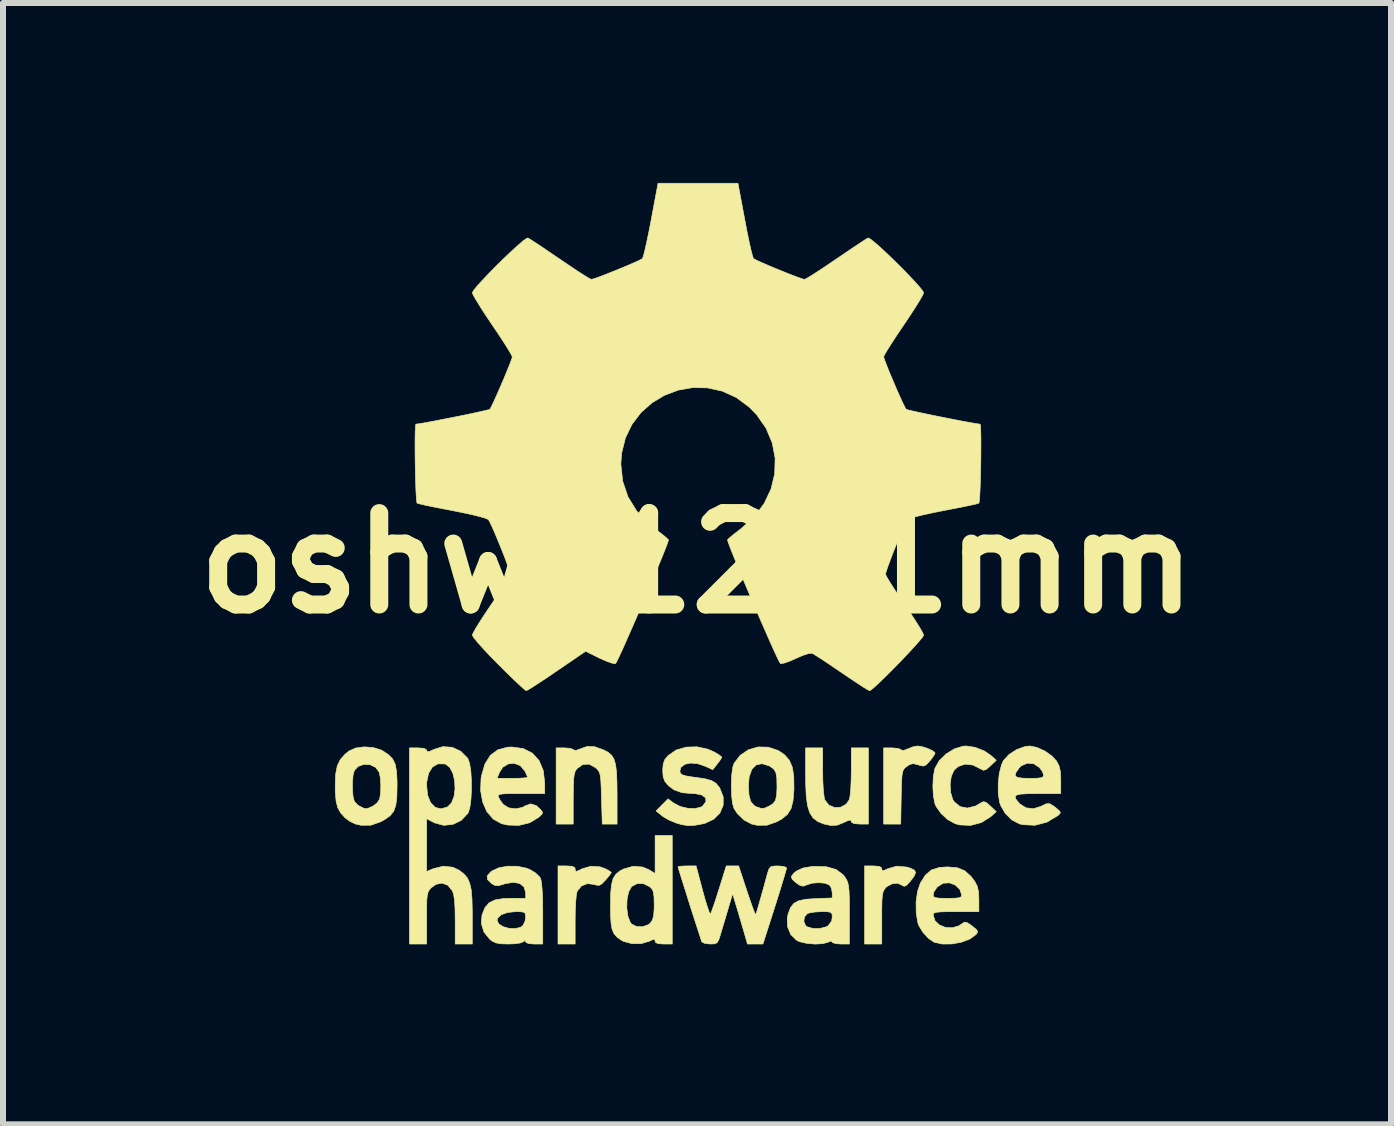
<source format=kicad_pcb>
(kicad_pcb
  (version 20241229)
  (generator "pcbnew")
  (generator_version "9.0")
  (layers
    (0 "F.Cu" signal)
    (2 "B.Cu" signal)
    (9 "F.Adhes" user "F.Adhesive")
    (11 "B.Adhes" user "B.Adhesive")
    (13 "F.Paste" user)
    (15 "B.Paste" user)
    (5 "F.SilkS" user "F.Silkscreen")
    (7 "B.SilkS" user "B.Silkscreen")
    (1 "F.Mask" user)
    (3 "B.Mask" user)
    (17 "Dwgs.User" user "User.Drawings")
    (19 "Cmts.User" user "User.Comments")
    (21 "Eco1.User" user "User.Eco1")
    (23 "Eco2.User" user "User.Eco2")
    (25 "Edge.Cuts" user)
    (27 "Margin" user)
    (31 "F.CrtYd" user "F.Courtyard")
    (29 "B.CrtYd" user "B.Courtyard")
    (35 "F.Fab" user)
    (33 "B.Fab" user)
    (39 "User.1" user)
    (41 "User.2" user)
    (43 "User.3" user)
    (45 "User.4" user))
  (footprint "oshw_12p1mm"
    (layer "F.Cu")
    (at 8.571 6.339)
    (property "Reference" "oshw_12p1mm" (at 0 0 0) (layer "F.SilkS") (effects (font (size 1.524 1.524) (thickness 0.3))))
    (attr through_hole)
    (fp_poly (pts (xy 3.031 5.054) (xy 3.073 5.075) (xy 3.08 5.097) (xy 3.086 5.126) (xy 3.116 5.124) (xy 3.173 5.097) (xy 3.328 5.052) (xy 3.499 5.067) (xy 3.551 5.083) (xy 3.622 5.116) (xy 3.645 5.158) (xy 3.619 5.22) (xy 3.557 5.302) (xy 3.495 5.369) (xy 3.454 5.389) (xy 3.425 5.374) (xy 3.348 5.337) (xy 3.252 5.345) (xy 3.164 5.393) (xy 3.149 5.407) (xy 3.121 5.442) (xy 3.102 5.482) (xy 3.09 5.541) (xy 3.083 5.629) (xy 3.08 5.759) (xy 3.08 5.915) (xy 3.08 6.35) (xy 2.794 6.35) (xy 2.794 5.048) (xy 2.937 5.048) (xy 3.031 5.054)) (stroke (width 0.01) (type solid)) (fill yes) (layer "F.SilkS"))
    (fp_poly (pts (xy -2.081 5.054) (xy -2.038 5.076) (xy -2.032 5.096) (xy -2.029 5.132) (xy -2.008 5.139) (xy -1.953 5.115) (xy -1.917 5.096) (xy -1.77 5.053) (xy -1.615 5.063) (xy -1.522 5.097) (xy -1.459 5.133) (xy -1.429 5.158) (xy -1.429 5.159) (xy -1.448 5.189) (xy -1.496 5.249) (xy -1.525 5.282) (xy -1.588 5.348) (xy -1.635 5.373) (xy -1.688 5.366) (xy -1.713 5.357) (xy -1.827 5.343) (xy -1.927 5.382) (xy -1.996 5.467) (xy -2.001 5.479) (xy -2.013 5.541) (xy -2.023 5.652) (xy -2.03 5.795) (xy -2.032 5.955) (xy -2.032 6.35) (xy -2.318 6.35) (xy -2.318 5.048) (xy -2.175 5.048) (xy -2.081 5.054)) (stroke (width 0.01) (type solid)) (fill yes) (layer "F.SilkS"))
    (fp_poly (pts (xy 3.75 3.059) (xy 3.837 3.086) (xy 3.915 3.121) (xy 3.963 3.155) (xy 3.969 3.167) (xy 3.95 3.205) (xy 3.903 3.271) (xy 3.881 3.297) (xy 3.823 3.361) (xy 3.776 3.383) (xy 3.717 3.373) (xy 3.688 3.363) (xy 3.607 3.342) (xy 3.546 3.357) (xy 3.498 3.389) (xy 3.464 3.415) (xy 3.441 3.445) (xy 3.425 3.488) (xy 3.416 3.557) (xy 3.41 3.662) (xy 3.406 3.814) (xy 3.404 3.901) (xy 3.396 4.35) (xy 3.111 4.35) (xy 3.111 3.08) (xy 3.252 3.08) (xy 3.339 3.087) (xy 3.395 3.104) (xy 3.403 3.113) (xy 3.437 3.125) (xy 3.509 3.098) (xy 3.598 3.063) (xy 3.676 3.048) (xy 3.75 3.059)) (stroke (width 0.01) (type solid)) (fill yes) (layer "F.SilkS"))
    (fp_poly (pts (xy 2.095 3.475) (xy 2.098 3.644) (xy 2.106 3.789) (xy 2.119 3.897) (xy 2.131 3.949) (xy 2.2 4.035) (xy 2.294 4.075) (xy 2.395 4.069) (xy 2.486 4.019) (xy 2.536 3.948) (xy 2.551 3.885) (xy 2.562 3.774) (xy 2.569 3.629) (xy 2.572 3.475) (xy 2.572 3.08) (xy 2.857 3.08) (xy 2.857 4.35) (xy 2.715 4.35) (xy 2.618 4.343) (xy 2.575 4.319) (xy 2.572 4.306) (xy 2.56 4.283) (xy 2.517 4.292) (xy 2.454 4.321) (xy 2.338 4.368) (xy 2.23 4.374) (xy 2.116 4.349) (xy 2.013 4.308) (xy 1.935 4.248) (xy 1.879 4.162) (xy 1.842 4.04) (xy 1.82 3.877) (xy 1.811 3.662) (xy 1.81 3.541) (xy 1.81 3.08) (xy 2.095 3.08) (xy 2.095 3.475)) (stroke (width 0.01) (type solid)) (fill yes) (layer "F.SilkS"))
    (fp_poly (pts (xy -1.709 3.06) (xy -1.566 3.11) (xy -1.486 3.151) (xy -1.427 3.2) (xy -1.385 3.266) (xy -1.358 3.358) (xy -1.342 3.486) (xy -1.335 3.66) (xy -1.333 3.856) (xy -1.333 4.35) (xy -1.58 4.35) (xy -1.593 3.918) (xy -1.598 3.744) (xy -1.604 3.623) (xy -1.613 3.541) (xy -1.628 3.488) (xy -1.65 3.451) (xy -1.682 3.419) (xy -1.696 3.407) (xy -1.8 3.351) (xy -1.905 3.357) (xy -2 3.425) (xy -2.008 3.434) (xy -2.031 3.47) (xy -2.047 3.523) (xy -2.057 3.603) (xy -2.062 3.722) (xy -2.064 3.891) (xy -2.064 3.925) (xy -2.064 4.35) (xy -2.349 4.35) (xy -2.349 3.08) (xy -2.209 3.08) (xy -2.122 3.087) (xy -2.066 3.104) (xy -2.058 3.113) (xy -2.024 3.125) (xy -1.952 3.098) (xy -1.832 3.056) (xy -1.709 3.06)) (stroke (width 0.01) (type solid)) (fill yes) (layer "F.SilkS"))
    (fp_poly (pts (xy 4.638 3.071) (xy 4.791 3.132) (xy 4.893 3.201) (xy 4.989 3.286) (xy 4.89 3.381) (xy 4.823 3.438) (xy 4.778 3.454) (xy 4.738 3.436) (xy 4.6 3.366) (xy 4.468 3.351) (xy 4.353 3.391) (xy 4.285 3.453) (xy 4.239 3.554) (xy 4.22 3.685) (xy 4.228 3.823) (xy 4.263 3.94) (xy 4.287 3.978) (xy 4.386 4.059) (xy 4.506 4.083) (xy 4.641 4.05) (xy 4.738 3.994) (xy 4.78 3.976) (xy 4.826 3.993) (xy 4.89 4.049) (xy 4.989 4.143) (xy 4.893 4.229) (xy 4.74 4.325) (xy 4.562 4.372) (xy 4.377 4.364) (xy 4.302 4.343) (xy 4.182 4.277) (xy 4.069 4.174) (xy 3.986 4.056) (xy 3.966 4.009) (xy 3.941 3.882) (xy 3.932 3.723) (xy 3.939 3.563) (xy 3.963 3.431) (xy 3.966 3.421) (xy 4.038 3.293) (xy 4.153 3.18) (xy 4.293 3.095) (xy 4.439 3.051) (xy 4.484 3.048) (xy 4.638 3.071)) (stroke (width 0.01) (type solid)) (fill yes) (layer "F.SilkS"))
    (fp_poly (pts (xy 1.187 3.068) (xy 1.352 3.123) (xy 1.458 3.194) (xy 1.537 3.283) (xy 1.588 3.4) (xy 1.613 3.556) (xy 1.616 3.76) (xy 1.615 3.787) (xy 1.6 3.963) (xy 1.567 4.092) (xy 1.508 4.187) (xy 1.416 4.263) (xy 1.333 4.31) (xy 1.167 4.369) (xy 1.001 4.37) (xy 0.909 4.349) (xy 0.786 4.284) (xy 0.674 4.178) (xy 0.616 4.089) (xy 0.59 3.999) (xy 0.575 3.852) (xy 0.572 3.715) (xy 0.572 3.708) (xy 0.857 3.708) (xy 0.866 3.865) (xy 0.894 3.971) (xy 0.947 4.037) (xy 0.994 4.064) (xy 1.067 4.088) (xy 1.121 4.086) (xy 1.193 4.055) (xy 1.204 4.049) (xy 1.269 4.008) (xy 1.308 3.954) (xy 1.327 3.873) (xy 1.333 3.749) (xy 1.333 3.715) (xy 1.33 3.579) (xy 1.314 3.49) (xy 1.279 3.432) (xy 1.22 3.389) (xy 1.203 3.38) (xy 1.084 3.343) (xy 0.986 3.364) (xy 0.913 3.439) (xy 0.869 3.564) (xy 0.857 3.708) (xy 0.572 3.708) (xy 0.578 3.533) (xy 0.596 3.401) (xy 0.616 3.34) (xy 0.72 3.203) (xy 0.859 3.11) (xy 1.019 3.064) (xy 1.187 3.068)) (stroke (width 0.01) (type solid)) (fill yes) (layer "F.SilkS"))
    (fp_poly (pts (xy -0.413 6.35) (xy -0.556 6.35) (xy -0.649 6.344) (xy -0.692 6.323) (xy -0.699 6.302) (xy -0.705 6.272) (xy -0.735 6.274) (xy -0.792 6.302) (xy -0.929 6.343) (xy -1.082 6.344) (xy -1.224 6.307) (xy -1.26 6.288) (xy -1.332 6.237) (xy -1.383 6.18) (xy -1.416 6.105) (xy -1.434 5.999) (xy -1.442 5.852) (xy -1.443 5.751) (xy -1.171 5.751) (xy -1.153 5.884) (xy -1.114 5.987) (xy -1.092 6.016) (xy -1.011 6.057) (xy -0.908 6.061) (xy -0.812 6.028) (xy -0.775 5.997) (xy -0.742 5.946) (xy -0.723 5.874) (xy -0.715 5.763) (xy -0.714 5.693) (xy -0.717 5.567) (xy -0.726 5.488) (xy -0.747 5.438) (xy -0.784 5.399) (xy -0.789 5.395) (xy -0.892 5.344) (xy -0.998 5.342) (xy -1.087 5.389) (xy -1.094 5.396) (xy -1.142 5.486) (xy -1.167 5.611) (xy -1.171 5.751) (xy -1.443 5.751) (xy -1.443 5.699) (xy -1.44 5.505) (xy -1.426 5.362) (xy -1.4 5.26) (xy -1.355 5.188) (xy -1.289 5.133) (xy -1.224 5.099) (xy -1.062 5.053) (xy -0.904 5.067) (xy -0.802 5.111) (xy -0.699 5.174) (xy -0.699 4.54) (xy -0.413 4.54) (xy -0.413 6.35)) (stroke (width 0.01) (type solid)) (fill yes) (layer "F.SilkS"))
    (fp_poly (pts (xy -5.399 3.074) (xy -5.266 3.115) (xy -5.242 3.128) (xy -5.143 3.194) (xy -5.075 3.264) (xy -5.032 3.352) (xy -5.01 3.471) (xy -5.001 3.634) (xy -5.001 3.715) (xy -5.005 3.901) (xy -5.022 4.037) (xy -5.057 4.137) (xy -5.117 4.211) (xy -5.207 4.275) (xy -5.271 4.31) (xy -5.437 4.369) (xy -5.603 4.37) (xy -5.695 4.349) (xy -5.786 4.306) (xy -5.865 4.248) (xy -5.94 4.166) (xy -5.99 4.078) (xy -6.018 3.968) (xy -6.031 3.819) (xy -6.031 3.773) (xy -5.745 3.773) (xy -5.735 3.888) (xy -5.715 3.968) (xy -5.713 3.973) (xy -5.651 4.038) (xy -5.561 4.084) (xy -5.515 4.094) (xy -5.471 4.082) (xy -5.402 4.05) (xy -5.4 4.049) (xy -5.33 3.994) (xy -5.291 3.93) (xy -5.275 3.826) (xy -5.272 3.697) (xy -5.281 3.572) (xy -5.3 3.484) (xy -5.36 3.403) (xy -5.452 3.36) (xy -5.556 3.355) (xy -5.652 3.39) (xy -5.713 3.457) (xy -5.734 3.532) (xy -5.744 3.646) (xy -5.745 3.773) (xy -6.031 3.773) (xy -6.032 3.705) (xy -6.025 3.52) (xy -5.999 3.382) (xy -5.948 3.275) (xy -5.866 3.183) (xy -5.801 3.131) (xy -5.691 3.082) (xy -5.549 3.063) (xy -5.399 3.074)) (stroke (width 0.01) (type solid)) (fill yes) (layer "F.SilkS"))
    (fp_poly (pts (xy -2.897 3.091) (xy -2.745 3.168) (xy -2.633 3.292) (xy -2.563 3.46) (xy -2.54 3.661) (xy -2.54 3.842) (xy -2.936 3.842) (xy -3.1 3.842) (xy -3.211 3.845) (xy -3.277 3.852) (xy -3.309 3.864) (xy -3.316 3.882) (xy -3.312 3.897) (xy -3.277 3.961) (xy -3.228 4.024) (xy -3.14 4.079) (xy -3.026 4.096) (xy -2.911 4.072) (xy -2.864 4.046) (xy -2.772 4.013) (xy -2.679 4.043) (xy -2.616 4.1) (xy -2.579 4.146) (xy -2.581 4.179) (xy -2.626 4.225) (xy -2.644 4.24) (xy -2.792 4.329) (xy -2.971 4.372) (xy -3.161 4.366) (xy -3.263 4.342) (xy -3.397 4.267) (xy -3.503 4.144) (xy -3.574 3.983) (xy -3.608 3.795) (xy -3.601 3.589) (xy -3.6 3.588) (xy -3.334 3.588) (xy -3.08 3.588) (xy -2.962 3.586) (xy -2.873 3.58) (xy -2.828 3.573) (xy -2.826 3.57) (xy -2.839 3.533) (xy -2.871 3.465) (xy -2.874 3.46) (xy -2.948 3.375) (xy -3.045 3.338) (xy -3.147 3.347) (xy -3.238 3.402) (xy -3.292 3.485) (xy -3.334 3.588) (xy -3.6 3.588) (xy -3.594 3.547) (xy -3.536 3.349) (xy -3.446 3.204) (xy -3.322 3.112) (xy -3.161 3.069) (xy -3.086 3.065) (xy -2.897 3.091)) (stroke (width 0.01) (type solid)) (fill yes) (layer "F.SilkS"))
    (fp_poly (pts (xy 0.184 3.103) (xy 0.294 3.152) (xy 0.367 3.196) (xy 0.409 3.229) (xy 0.413 3.236) (xy 0.394 3.271) (xy 0.35 3.332) (xy 0.337 3.349) (xy 0.261 3.444) (xy 0.145 3.389) (xy 0.014 3.344) (xy -0.107 3.333) (xy -0.206 3.354) (xy -0.269 3.405) (xy -0.286 3.464) (xy -0.278 3.502) (xy -0.248 3.528) (xy -0.182 3.548) (xy -0.07 3.566) (xy -0.013 3.573) (xy 0.138 3.596) (xy 0.241 3.625) (xy 0.312 3.667) (xy 0.365 3.729) (xy 0.381 3.754) (xy 0.437 3.898) (xy 0.436 4.039) (xy 0.381 4.166) (xy 0.278 4.269) (xy 0.131 4.338) (xy 0.092 4.347) (xy -0.045 4.372) (xy -0.153 4.376) (xy -0.261 4.358) (xy -0.349 4.332) (xy -0.461 4.286) (xy -0.564 4.227) (xy -0.587 4.209) (xy -0.683 4.131) (xy -0.484 3.93) (xy -0.387 4.001) (xy -0.28 4.057) (xy -0.154 4.087) (xy -0.031 4.091) (xy 0.068 4.066) (xy 0.096 4.047) (xy 0.149 3.975) (xy 0.143 3.913) (xy 0.083 3.867) (xy -0.024 3.844) (xy -0.073 3.842) (xy -0.25 3.827) (xy -0.385 3.779) (xy -0.478 3.708) (xy -0.537 3.637) (xy -0.565 3.562) (xy -0.572 3.456) (xy -0.564 3.348) (xy -0.536 3.273) (xy -0.481 3.207) (xy -0.347 3.115) (xy -0.181 3.067) (xy 0.001 3.062) (xy 0.184 3.103)) (stroke (width 0.01) (type solid)) (fill yes) (layer "F.SilkS"))
    (fp_poly (pts (xy 5.666 3.072) (xy 5.801 3.133) (xy 5.921 3.219) (xy 5.993 3.299) (xy 6.035 3.378) (xy 6.057 3.469) (xy 6.064 3.596) (xy 6.064 3.624) (xy 6.064 3.842) (xy 5.683 3.842) (xy 5.507 3.844) (xy 5.389 3.851) (xy 5.323 3.868) (xy 5.302 3.897) (xy 5.321 3.942) (xy 5.374 4.005) (xy 5.38 4.012) (xy 5.483 4.079) (xy 5.607 4.094) (xy 5.736 4.054) (xy 5.747 4.048) (xy 5.822 4.012) (xy 5.88 4.011) (xy 5.946 4.05) (xy 5.984 4.08) (xy 6.044 4.132) (xy 6.058 4.163) (xy 6.033 4.194) (xy 6.016 4.208) (xy 5.831 4.319) (xy 5.634 4.37) (xy 5.431 4.36) (xy 5.376 4.347) (xy 5.249 4.281) (xy 5.138 4.171) (xy 5.06 4.036) (xy 5.046 3.991) (xy 5.022 3.844) (xy 5.021 3.676) (xy 5.035 3.544) (xy 5.304 3.544) (xy 5.341 3.573) (xy 5.431 3.585) (xy 5.54 3.588) (xy 5.664 3.586) (xy 5.736 3.578) (xy 5.77 3.561) (xy 5.779 3.534) (xy 5.758 3.474) (xy 5.709 3.407) (xy 5.613 3.344) (xy 5.506 3.335) (xy 5.406 3.379) (xy 5.368 3.417) (xy 5.315 3.494) (xy 5.304 3.544) (xy 5.035 3.544) (xy 5.039 3.508) (xy 5.075 3.365) (xy 5.108 3.292) (xy 5.2 3.191) (xy 5.33 3.107) (xy 5.469 3.057) (xy 5.544 3.048) (xy 5.666 3.072)) (stroke (width 0.01) (type solid)) (fill yes) (layer "F.SilkS"))
    (fp_poly (pts (xy 4.339 5.078) (xy 4.463 5.128) (xy 4.568 5.223) (xy 4.628 5.302) (xy 4.672 5.385) (xy 4.694 5.484) (xy 4.699 5.609) (xy 4.699 5.81) (xy 4.318 5.81) (xy 4.156 5.811) (xy 4.048 5.815) (xy 3.982 5.822) (xy 3.949 5.836) (xy 3.938 5.856) (xy 3.938 5.866) (xy 3.967 5.961) (xy 4.041 6.032) (xy 4.143 6.073) (xy 4.257 6.079) (xy 4.367 6.046) (xy 4.419 6.01) (xy 4.458 5.985) (xy 4.5 5.991) (xy 4.564 6.032) (xy 4.587 6.05) (xy 4.655 6.105) (xy 4.679 6.141) (xy 4.665 6.175) (xy 4.649 6.193) (xy 4.548 6.267) (xy 4.406 6.32) (xy 4.246 6.349) (xy 4.088 6.35) (xy 3.953 6.32) (xy 3.953 6.32) (xy 3.859 6.256) (xy 3.767 6.156) (xy 3.699 6.044) (xy 3.682 5.999) (xy 3.654 5.832) (xy 3.652 5.649) (xy 3.668 5.532) (xy 3.938 5.532) (xy 3.945 5.561) (xy 3.978 5.578) (xy 4.047 5.586) (xy 4.167 5.588) (xy 4.175 5.588) (xy 4.298 5.586) (xy 4.37 5.579) (xy 4.404 5.562) (xy 4.412 5.534) (xy 4.412 5.532) (xy 4.382 5.44) (xy 4.309 5.369) (xy 4.21 5.33) (xy 4.107 5.336) (xy 4.099 5.339) (xy 4.004 5.399) (xy 3.947 5.484) (xy 3.938 5.532) (xy 3.668 5.532) (xy 3.676 5.474) (xy 3.723 5.335) (xy 3.809 5.199) (xy 3.91 5.114) (xy 4.041 5.073) (xy 4.175 5.064) (xy 4.339 5.078)) (stroke (width 0.01) (type solid)) (fill yes) (layer "F.SilkS"))
    (fp_poly (pts (xy -2.993 5.054) (xy -2.841 5.086) (xy -2.785 5.109) (xy -2.693 5.165) (xy -2.625 5.231) (xy -2.608 5.257) (xy -2.593 5.324) (xy -2.582 5.448) (xy -2.574 5.621) (xy -2.572 5.836) (xy -2.572 5.843) (xy -2.572 6.35) (xy -2.715 6.35) (xy -2.811 6.342) (xy -2.855 6.32) (xy -2.857 6.312) (xy -2.867 6.29) (xy -2.896 6.312) (xy -2.948 6.333) (xy -3.046 6.346) (xy -3.147 6.35) (xy -3.271 6.346) (xy -3.353 6.331) (xy -3.417 6.3) (xy -3.457 6.269) (xy -3.552 6.151) (xy -3.596 6.009) (xy -3.592 5.953) (xy -3.334 5.953) (xy -3.306 6.014) (xy -3.234 6.06) (xy -3.137 6.088) (xy -3.035 6.093) (xy -2.945 6.072) (xy -2.907 6.046) (xy -2.87 5.978) (xy -2.857 5.903) (xy -2.861 5.849) (xy -2.881 5.822) (xy -2.935 5.812) (xy -3.025 5.81) (xy -3.159 5.824) (xy -3.263 5.861) (xy -3.323 5.915) (xy -3.334 5.953) (xy -3.592 5.953) (xy -3.585 5.866) (xy -3.537 5.745) (xy -3.468 5.663) (xy -3.366 5.614) (xy -3.22 5.591) (xy -3.104 5.588) (xy -2.857 5.588) (xy -2.857 5.497) (xy -2.883 5.401) (xy -2.955 5.341) (xy -3.063 5.321) (xy -3.199 5.344) (xy -3.223 5.352) (xy -3.308 5.377) (xy -3.364 5.376) (xy -3.418 5.346) (xy -3.429 5.338) (xy -3.494 5.274) (xy -3.499 5.215) (xy -3.443 5.15) (xy -3.421 5.133) (xy -3.305 5.079) (xy -3.155 5.052) (xy -2.993 5.054)) (stroke (width 0.01) (type solid)) (fill yes) (layer "F.SilkS"))
    (fp_poly (pts (xy 2.155 5.061) (xy 2.318 5.107) (xy 2.436 5.195) (xy 2.467 5.236) (xy 2.495 5.28) (xy 2.514 5.327) (xy 2.527 5.387) (xy 2.535 5.473) (xy 2.539 5.594) (xy 2.54 5.763) (xy 2.54 5.847) (xy 2.54 6.35) (xy 2.397 6.35) (xy 2.312 6.343) (xy 2.261 6.327) (xy 2.254 6.317) (xy 2.235 6.3) (xy 2.193 6.317) (xy 2.097 6.344) (xy 1.968 6.351) (xy 1.83 6.339) (xy 1.71 6.311) (xy 1.661 6.288) (xy 1.564 6.194) (xy 1.51 6.065) (xy 1.506 5.977) (xy 1.781 5.977) (xy 1.812 6.045) (xy 1.834 6.062) (xy 1.931 6.09) (xy 2.05 6.09) (xy 2.157 6.062) (xy 2.184 6.047) (xy 2.244 5.968) (xy 2.254 5.904) (xy 2.251 5.851) (xy 2.232 5.823) (xy 2.181 5.812) (xy 2.082 5.81) (xy 2.078 5.81) (xy 1.967 5.816) (xy 1.875 5.831) (xy 1.839 5.843) (xy 1.79 5.9) (xy 1.781 5.977) (xy 1.506 5.977) (xy 1.504 5.918) (xy 1.519 5.847) (xy 1.559 5.742) (xy 1.614 5.672) (xy 1.696 5.628) (xy 1.818 5.603) (xy 1.972 5.593) (xy 2.254 5.582) (xy 2.254 5.493) (xy 2.238 5.414) (xy 2.206 5.365) (xy 2.134 5.336) (xy 2.028 5.327) (xy 1.916 5.336) (xy 1.827 5.365) (xy 1.77 5.386) (xy 1.717 5.373) (xy 1.654 5.331) (xy 1.586 5.271) (xy 1.572 5.223) (xy 1.614 5.169) (xy 1.661 5.131) (xy 1.768 5.082) (xy 1.926 5.056) (xy 1.945 5.055) (xy 2.155 5.061)) (stroke (width 0.01) (type solid)) (fill yes) (layer "F.SilkS"))
    (fp_poly (pts (xy 0.094 5.461) (xy 0.135 5.61) (xy 0.173 5.731) (xy 0.202 5.815) (xy 0.221 5.85) (xy 0.224 5.85) (xy 0.24 5.812) (xy 0.271 5.726) (xy 0.313 5.603) (xy 0.359 5.457) (xy 0.366 5.437) (xy 0.487 5.048) (xy 0.694 5.048) (xy 0.83 5.46) (xy 0.88 5.608) (xy 0.923 5.731) (xy 0.956 5.818) (xy 0.975 5.858) (xy 0.977 5.86) (xy 0.99 5.828) (xy 1.016 5.742) (xy 1.056 5.601) (xy 1.112 5.403) (xy 1.176 5.167) (xy 1.201 5.094) (xy 1.234 5.059) (xy 1.298 5.049) (xy 1.351 5.048) (xy 1.44 5.055) (xy 1.488 5.074) (xy 1.492 5.084) (xy 1.483 5.123) (xy 1.457 5.214) (xy 1.417 5.345) (xy 1.367 5.509) (xy 1.309 5.693) (xy 1.296 5.734) (xy 1.099 6.35) (xy 0.97 6.35) (xy 0.841 6.35) (xy 0.784 6.152) (xy 0.742 6.011) (xy 0.695 5.85) (xy 0.66 5.733) (xy 0.593 5.512) (xy 0.518 5.765) (xy 0.475 5.91) (xy 0.431 6.057) (xy 0.396 6.175) (xy 0.394 6.183) (xy 0.363 6.279) (xy 0.335 6.328) (xy 0.292 6.347) (xy 0.219 6.35) (xy 0.219 6.35) (xy 0.133 6.341) (xy 0.083 6.317) (xy 0.078 6.31) (xy 0.062 6.261) (xy 0.031 6.166) (xy -0.011 6.036) (xy -0.061 5.882) (xy -0.114 5.716) (xy -0.167 5.547) (xy -0.217 5.388) (xy -0.261 5.249) (xy -0.294 5.142) (xy -0.314 5.077) (xy -0.318 5.063) (xy -0.289 5.054) (xy -0.217 5.049) (xy -0.166 5.048) (xy -0.015 5.048) (xy 0.094 5.461)) (stroke (width 0.01) (type solid)) (fill yes) (layer "F.SilkS"))
    (fp_poly (pts (xy -4.082 3.07) (xy -3.941 3.135) (xy -3.827 3.249) (xy -3.82 3.259) (xy -3.792 3.338) (xy -3.772 3.462) (xy -3.762 3.614) (xy -3.761 3.777) (xy -3.769 3.934) (xy -3.786 4.066) (xy -3.812 4.157) (xy -3.82 4.17) (xy -3.931 4.288) (xy -4.071 4.356) (xy -4.225 4.371) (xy -4.379 4.329) (xy -4.389 4.323) (xy -4.508 4.261) (xy -4.508 5.14) (xy -4.398 5.094) (xy -4.228 5.052) (xy -4.07 5.07) (xy -3.966 5.12) (xy -3.888 5.18) (xy -3.83 5.247) (xy -3.791 5.332) (xy -3.765 5.446) (xy -3.752 5.598) (xy -3.747 5.8) (xy -3.747 5.882) (xy -3.747 6.35) (xy -4.032 6.35) (xy -4.032 5.952) (xy -4.035 5.754) (xy -4.044 5.611) (xy -4.06 5.514) (xy -4.079 5.463) (xy -4.155 5.37) (xy -4.251 5.334) (xy -4.355 5.356) (xy -4.431 5.412) (xy -4.462 5.446) (xy -4.483 5.483) (xy -4.497 5.535) (xy -4.505 5.613) (xy -4.508 5.73) (xy -4.508 5.897) (xy -4.508 5.92) (xy -4.508 6.35) (xy -4.794 6.35) (xy -4.794 3.712) (xy -4.508 3.712) (xy -4.491 3.873) (xy -4.441 3.994) (xy -4.365 4.071) (xy -4.269 4.096) (xy -4.161 4.065) (xy -4.094 3.998) (xy -4.052 3.892) (xy -4.035 3.764) (xy -4.041 3.63) (xy -4.07 3.506) (xy -4.12 3.408) (xy -4.19 3.352) (xy -4.202 3.348) (xy -4.318 3.346) (xy -4.411 3.398) (xy -4.475 3.501) (xy -4.506 3.649) (xy -4.508 3.712) (xy -4.794 3.712) (xy -4.794 3.08) (xy -4.651 3.08) (xy -4.554 3.087) (xy -4.512 3.11) (xy -4.508 3.124) (xy -4.496 3.146) (xy -4.452 3.136) (xy -4.389 3.106) (xy -4.237 3.059) (xy -4.082 3.07)) (stroke (width 0.01) (type solid)) (fill yes) (layer "F.SilkS"))
    (fp_poly (pts (xy 0.797 -5.721) (xy 0.833 -5.531) (xy 0.868 -5.361) (xy 0.899 -5.223) (xy 0.924 -5.126) (xy 0.94 -5.08) (xy 0.941 -5.079) (xy 0.981 -5.056) (xy 1.066 -5.017) (xy 1.183 -4.966) (xy 1.319 -4.909) (xy 1.459 -4.852) (xy 1.591 -4.8) (xy 1.7 -4.759) (xy 1.772 -4.735) (xy 1.793 -4.731) (xy 1.829 -4.748) (xy 1.908 -4.796) (xy 2.022 -4.869) (xy 2.161 -4.961) (xy 2.317 -5.067) (xy 2.319 -5.068) (xy 2.476 -5.175) (xy 2.617 -5.27) (xy 2.733 -5.347) (xy 2.814 -5.4) (xy 2.853 -5.422) (xy 2.887 -5.406) (xy 2.957 -5.351) (xy 3.054 -5.267) (xy 3.168 -5.161) (xy 3.292 -5.041) (xy 3.418 -4.916) (xy 3.537 -4.794) (xy 3.64 -4.684) (xy 3.72 -4.593) (xy 3.768 -4.53) (xy 3.778 -4.507) (xy 3.761 -4.466) (xy 3.713 -4.382) (xy 3.64 -4.264) (xy 3.548 -4.122) (xy 3.445 -3.969) (xy 3.339 -3.812) (xy 3.248 -3.672) (xy 3.175 -3.558) (xy 3.128 -3.477) (xy 3.111 -3.441) (xy 3.124 -3.398) (xy 3.157 -3.31) (xy 3.204 -3.191) (xy 3.262 -3.054) (xy 3.322 -2.913) (xy 3.381 -2.78) (xy 3.432 -2.668) (xy 3.47 -2.592) (xy 3.486 -2.565) (xy 3.521 -2.554) (xy 3.606 -2.534) (xy 3.731 -2.507) (xy 3.882 -2.475) (xy 4.049 -2.441) (xy 4.22 -2.407) (xy 4.383 -2.375) (xy 4.526 -2.349) (xy 4.638 -2.329) (xy 4.707 -2.319) (xy 4.719 -2.318) (xy 4.726 -2.288) (xy 4.73 -2.206) (xy 4.733 -2.083) (xy 4.733 -1.931) (xy 4.732 -1.761) (xy 4.729 -1.585) (xy 4.725 -1.413) (xy 4.72 -1.257) (xy 4.714 -1.129) (xy 4.707 -1.04) (xy 4.7 -1.001) (xy 4.699 -1) (xy 4.659 -0.988) (xy 4.567 -0.967) (xy 4.434 -0.939) (xy 4.27 -0.907) (xy 4.109 -0.876) (xy 3.924 -0.839) (xy 3.761 -0.803) (xy 3.63 -0.77) (xy 3.543 -0.743) (xy 3.511 -0.727) (xy 3.485 -0.682) (xy 3.442 -0.592) (xy 3.389 -0.469) (xy 3.33 -0.327) (xy 3.271 -0.181) (xy 3.218 -0.042) (xy 3.175 0.075) (xy 3.149 0.156) (xy 3.143 0.185) (xy 3.16 0.224) (xy 3.208 0.305) (xy 3.281 0.42) (xy 3.373 0.559) (xy 3.461 0.687) (xy 3.564 0.84) (xy 3.653 0.978) (xy 3.723 1.09) (xy 3.766 1.169) (xy 3.778 1.201) (xy 3.757 1.237) (xy 3.698 1.308) (xy 3.611 1.406) (xy 3.503 1.522) (xy 3.383 1.648) (xy 3.259 1.775) (xy 3.139 1.894) (xy 3.033 1.997) (xy 2.948 2.075) (xy 2.893 2.12) (xy 2.878 2.127) (xy 2.844 2.11) (xy 2.767 2.063) (xy 2.657 1.991) (xy 2.522 1.901) (xy 2.41 1.825) (xy 2.26 1.723) (xy 2.126 1.633) (xy 2.017 1.562) (xy 1.944 1.516) (xy 1.918 1.503) (xy 1.866 1.506) (xy 1.775 1.534) (xy 1.664 1.581) (xy 1.651 1.587) (xy 1.541 1.636) (xy 1.45 1.667) (xy 1.395 1.676) (xy 1.391 1.675) (xy 1.372 1.644) (xy 1.332 1.563) (xy 1.275 1.439) (xy 1.204 1.281) (xy 1.123 1.097) (xy 1.035 0.895) (xy 0.944 0.684) (xy 0.853 0.47) (xy 0.766 0.264) (xy 0.686 0.072) (xy 0.617 -0.097) (xy 0.562 -0.234) (xy 0.525 -0.333) (xy 0.508 -0.384) (xy 0.508 -0.387) (xy 0.532 -0.414) (xy 0.595 -0.467) (xy 0.687 -0.539) (xy 0.729 -0.571) (xy 0.95 -0.769) (xy 1.119 -0.994) (xy 1.234 -1.237) (xy 1.295 -1.491) (xy 1.302 -1.75) (xy 1.254 -2.005) (xy 1.15 -2.251) (xy 0.991 -2.479) (xy 0.875 -2.598) (xy 0.656 -2.761) (xy 0.421 -2.868) (xy 0.177 -2.922) (xy -0.07 -2.927) (xy -0.311 -2.885) (xy -0.541 -2.799) (xy -0.751 -2.673) (xy -0.935 -2.51) (xy -1.085 -2.313) (xy -1.195 -2.085) (xy -1.258 -1.829) (xy -1.27 -1.652) (xy -1.24 -1.367) (xy -1.151 -1.105) (xy -1.003 -0.865) (xy -0.797 -0.65) (xy -0.697 -0.571) (xy -0.598 -0.495) (xy -0.522 -0.433) (xy -0.48 -0.394) (xy -0.476 -0.387) (xy -0.488 -0.345) (xy -0.522 -0.254) (xy -0.574 -0.123) (xy -0.642 0.041) (xy -0.72 0.23) (xy -0.806 0.434) (xy -0.897 0.647) (xy -0.988 0.859) (xy -1.077 1.063) (xy -1.16 1.251) (xy -1.232 1.414) (xy -1.292 1.544) (xy -1.335 1.634) (xy -1.358 1.674) (xy -1.36 1.675) (xy -1.408 1.67) (xy -1.495 1.641) (xy -1.605 1.593) (xy -1.631 1.581) (xy -1.857 1.469) (xy -2.339 1.798) (xy -2.493 1.903) (xy -2.63 1.993) (xy -2.74 2.065) (xy -2.816 2.111) (xy -2.847 2.127) (xy -2.877 2.106) (xy -2.944 2.046) (xy -3.041 1.955) (xy -3.161 1.839) (xy -3.295 1.705) (xy -3.31 1.69) (xy -3.446 1.552) (xy -3.564 1.427) (xy -3.658 1.321) (xy -3.721 1.244) (xy -3.746 1.202) (xy -3.747 1.2) (xy -3.729 1.158) (xy -3.681 1.073) (xy -3.608 0.956) (xy -3.516 0.815) (xy -3.429 0.687) (xy -3.326 0.535) (xy -3.237 0.4) (xy -3.167 0.29) (xy -3.124 0.215) (xy -3.111 0.185) (xy -3.123 0.136) (xy -3.155 0.042) (xy -3.201 -0.082) (xy -3.257 -0.225) (xy -3.317 -0.371) (xy -3.374 -0.509) (xy -3.425 -0.623) (xy -3.463 -0.701) (xy -3.479 -0.727) (xy -3.522 -0.747) (xy -3.618 -0.775) (xy -3.755 -0.809) (xy -3.923 -0.845) (xy -4.078 -0.876) (xy -4.259 -0.911) (xy -4.42 -0.943) (xy -4.549 -0.97) (xy -4.635 -0.99) (xy -4.667 -1) (xy -4.675 -1.034) (xy -4.682 -1.12) (xy -4.688 -1.245) (xy -4.693 -1.399) (xy -4.697 -1.57) (xy -4.7 -1.747) (xy -4.701 -1.917) (xy -4.701 -2.071) (xy -4.699 -2.197) (xy -4.694 -2.283) (xy -4.688 -2.318) (xy -4.687 -2.318) (xy -4.638 -2.324) (xy -4.541 -2.34) (xy -4.409 -2.364) (xy -4.252 -2.395) (xy -4.083 -2.428) (xy -3.913 -2.462) (xy -3.754 -2.495) (xy -3.618 -2.525) (xy -3.516 -2.548) (xy -3.461 -2.562) (xy -3.455 -2.565) (xy -3.431 -2.605) (xy -3.391 -2.689) (xy -3.337 -2.807) (xy -3.278 -2.943) (xy -3.217 -3.084) (xy -3.162 -3.218) (xy -3.116 -3.332) (xy -3.087 -3.411) (xy -3.08 -3.441) (xy -3.097 -3.478) (xy -3.145 -3.559) (xy -3.217 -3.674) (xy -3.309 -3.815) (xy -3.413 -3.969) (xy -3.519 -4.126) (xy -3.61 -4.268) (xy -3.683 -4.385) (xy -3.73 -4.468) (xy -3.747 -4.507) (xy -3.725 -4.547) (xy -3.666 -4.62) (xy -3.577 -4.718) (xy -3.468 -4.833) (xy -3.346 -4.957) (xy -3.22 -5.081) (xy -3.098 -5.197) (xy -2.988 -5.297) (xy -2.9 -5.373) (xy -2.84 -5.415) (xy -2.821 -5.422) (xy -2.782 -5.399) (xy -2.7 -5.347) (xy -2.584 -5.27) (xy -2.443 -5.174) (xy -2.287 -5.068) (xy -2.13 -4.962) (xy -1.991 -4.869) (xy -1.877 -4.796) (xy -1.797 -4.748) (xy -1.761 -4.731) (xy -1.761 -4.731) (xy -1.716 -4.743) (xy -1.627 -4.774) (xy -1.508 -4.82) (xy -1.371 -4.875) (xy -1.231 -4.932) (xy -1.101 -4.987) (xy -0.995 -5.034) (xy -0.927 -5.068) (xy -0.909 -5.079) (xy -0.895 -5.118) (xy -0.871 -5.209) (xy -0.841 -5.343) (xy -0.806 -5.51) (xy -0.769 -5.698) (xy -0.765 -5.721) (xy -0.65 -6.334) (xy 0.682 -6.334) (xy 0.797 -5.721)) (stroke (width 0.01) (type solid)) (fill yes) (layer "F.SilkS")))
  (gr_rect
    (start -3 -3)
    (end 20.141 15.695)
    (stroke (width 0.1) (type default))
    (fill no)
    (layer "Edge.Cuts")))
</source>
